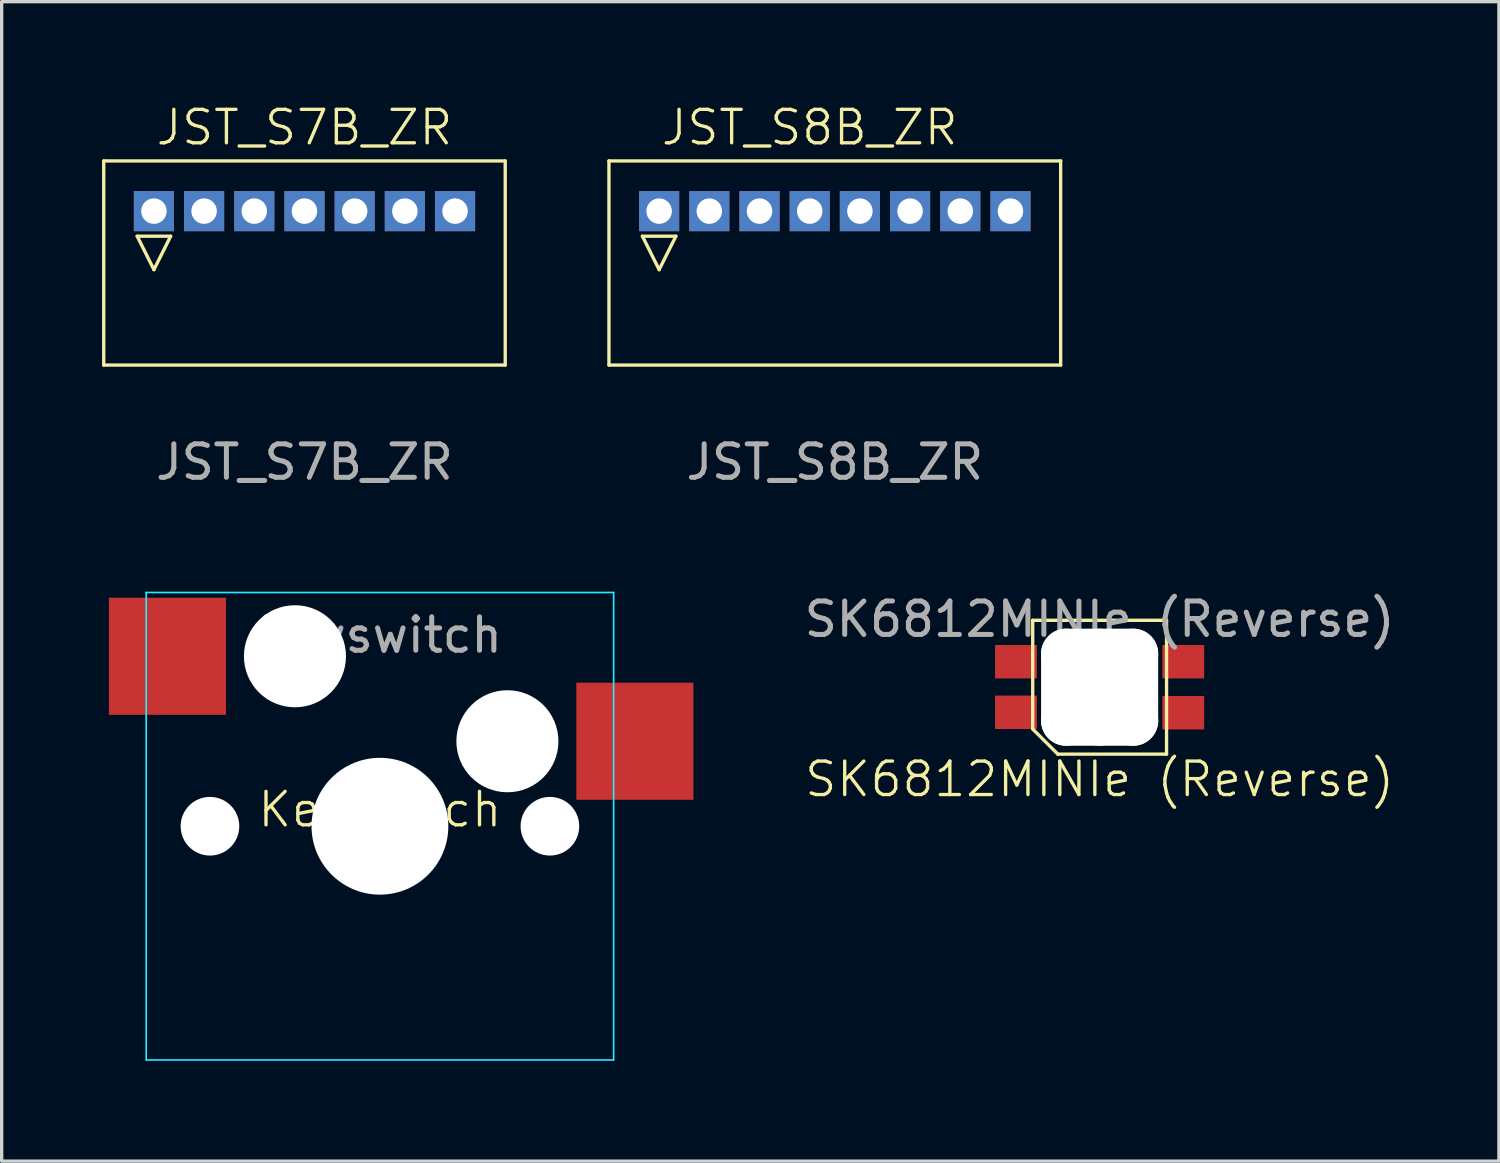
<source format=kicad_pcb>
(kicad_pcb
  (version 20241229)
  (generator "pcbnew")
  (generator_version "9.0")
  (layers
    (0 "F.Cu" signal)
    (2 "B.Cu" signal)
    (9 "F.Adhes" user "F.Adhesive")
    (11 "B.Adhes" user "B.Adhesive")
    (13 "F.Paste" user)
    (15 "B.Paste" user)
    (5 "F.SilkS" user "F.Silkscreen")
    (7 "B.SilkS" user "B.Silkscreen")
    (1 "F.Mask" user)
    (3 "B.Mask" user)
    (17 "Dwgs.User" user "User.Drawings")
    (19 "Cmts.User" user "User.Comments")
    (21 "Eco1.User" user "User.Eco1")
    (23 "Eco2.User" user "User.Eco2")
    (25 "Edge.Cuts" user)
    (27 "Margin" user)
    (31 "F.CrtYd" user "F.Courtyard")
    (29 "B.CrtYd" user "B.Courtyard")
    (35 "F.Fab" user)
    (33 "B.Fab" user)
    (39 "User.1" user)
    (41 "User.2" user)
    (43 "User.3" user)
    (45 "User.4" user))
  (footprint "SK6812MINIe (Reverse)"
    (layer "F.Cu")
    (at 29.815 17.489)
    (property "Reference" "SK6812MINIe (Reverse)" (at 0 2.75 0) (unlocked yes) (layer "F.SilkS") (effects (font (size 1 1) (thickness 0.1))))
    (attr through_hole)
    (fp_line (start -2 -2) (end -2 1.25) (stroke (width 0.1) (type default)) (layer "F.SilkS"))
    (fp_line (start -2 1.25) (end -1.25 2) (stroke (width 0.1) (type default)) (layer "F.SilkS"))
    (fp_line (start -1.25 2) (end 2 2) (stroke (width 0.1) (type default)) (layer "F.SilkS"))
    (fp_line (start 2 -2) (end -2 -2) (stroke (width 0.1) (type default)) (layer "F.SilkS"))
    (fp_line (start 2 2) (end 2 -2) (stroke (width 0.1) (type default)) (layer "F.SilkS"))
    (fp_rect (start 1.6 -1.4) (end -1.6 1.4) (stroke (width 0.1) (type solid)) (fill no) (layer "User.2"))
    (fp_rect (start 3 -1.4) (end -3 1.4) (stroke (width 0.1) (type default)) (fill no) (layer "User.2"))
    (fp_text user "${REFERENCE}" (at 0 -2.032 0) (unlocked yes) (layer "F.Fab") (effects (font (size 1 1) (thickness 0.15))))
    (pad "" np_thru_hole oval (at -1 0 90) (size 3.5 1.5) (drill oval 3.5 1.5) (layers "*.Cu" "*.Mask"))
    (pad "" np_thru_hole oval (at 0 -1 180) (size 3.5 1.5) (drill oval 3.5 1.5) (layers "*.Cu" "*.Mask"))
    (pad "" np_thru_hole oval (at 0 0 90) (size 3.5 1.5) (drill oval 3.5 1.5) (layers "*.Cu" "*.Mask"))
    (pad "" np_thru_hole oval (at 0 1 180) (size 3.5 1.5) (drill oval 3.5 1.5) (layers "*.Cu" "*.Mask"))
    (pad "" np_thru_hole oval (at 1 0 90) (size 3.5 1.5) (drill oval 3.5 1.5) (layers "*.Cu" "*.Mask"))
    (pad "1" smd rect (at 2.5 -0.762) (size 1.25 1) (layers "F.Cu" "F.Mask" "F.Paste"))
    (pad "2" smd rect (at 2.5 0.762) (size 1.25 1) (layers "F.Cu" "F.Mask" "F.Paste"))
    (pad "3" smd rect (at -2.5 0.75) (size 1.25 1) (layers "F.Cu" "F.Mask" "F.Paste"))
    (pad "4" smd rect (at -2.5 -0.762) (size 1.25 1) (layers "F.Cu" "F.Mask" "F.Paste")))
  (footprint "JST_S8B_ZR"
    (layer "F.Cu")
    (at 21.9 3.26)
    (property "Reference" "JST_S8B_ZR" (at -0.75 -2.5 0) (unlocked yes) (layer "F.SilkS") (effects (font (size 1 1) (thickness 0.1))))
    (attr through_hole)
    (fp_line (start -6.75 -1.5) (end -6.75 4.6) (stroke (width 0.1) (type default)) (layer "F.SilkS"))
    (fp_line (start -6.75 4.6) (end 6.75 4.6) (stroke (width 0.1) (type default)) (layer "F.SilkS"))
    (fp_line (start -5.75 0.75) (end -4.75 0.75) (stroke (width 0.1) (type default)) (layer "F.SilkS"))
    (fp_line (start -5.25 1.75) (end -5.75 0.75) (stroke (width 0.1) (type default)) (layer "F.SilkS"))
    (fp_line (start -4.75 0.75) (end -5.25 1.75) (stroke (width 0.1) (type default)) (layer "F.SilkS"))
    (fp_line (start 6.75 -1.5) (end -6.75 -1.5) (stroke (width 0.1) (type default)) (layer "F.SilkS"))
    (fp_line (start 6.75 -1.5) (end 6.75 4.6) (stroke (width 0.1) (type default)) (layer "F.SilkS"))
    (fp_text user "${REFERENCE}" (at 0 7.5 0) (unlocked yes) (layer "F.Fab") (effects (font (size 1 1) (thickness 0.15))))
    (pad "1" thru_hole rect (at -5.25 0) (size 1.2 1.2) (drill 0.762) (layers "*.Cu" "*.Mask"))
    (pad "2" thru_hole rect (at -3.75 0) (size 1.2 1.2) (drill 0.762) (layers "*.Cu" "*.Mask"))
    (pad "3" thru_hole rect (at -2.25 0) (size 1.2 1.2) (drill 0.762) (layers "*.Cu" "*.Mask"))
    (pad "4" thru_hole rect (at -0.75 0) (size 1.2 1.2) (drill 0.762) (layers "*.Cu" "*.Mask"))
    (pad "5" thru_hole rect (at 0.75 0) (size 1.2 1.2) (drill 0.762) (layers "*.Cu" "*.Mask"))
    (pad "6" thru_hole rect (at 2.25 0) (size 1.2 1.2) (drill 0.762) (layers "*.Cu" "*.Mask"))
    (pad "7" thru_hole rect (at 3.75 0) (size 1.2 1.2) (drill 0.762) (layers "*.Cu" "*.Mask"))
    (pad "8" thru_hole rect (at 5.25 0) (size 1.2 1.2) (drill 0.762) (layers "*.Cu" "*.Mask")))
  (footprint "JST_S7B_ZR"
    (layer "F.Cu")
    (at 6.05 3.26)
    (property "Reference" "JST_S7B_ZR" (at 0 -2.5 0) (unlocked yes) (layer "F.SilkS") (effects (font (size 1 1) (thickness 0.1))))
    (attr through_hole)
    (fp_line (start -6 -1.5) (end -6 4.6) (stroke (width 0.1) (type default)) (layer "F.SilkS"))
    (fp_line (start -6 4.6) (end 6 4.6) (stroke (width 0.1) (type default)) (layer "F.SilkS"))
    (fp_line (start -5 0.75) (end -4 0.75) (stroke (width 0.1) (type default)) (layer "F.SilkS"))
    (fp_line (start -4.5 1.75) (end -5 0.75) (stroke (width 0.1) (type default)) (layer "F.SilkS"))
    (fp_line (start -4 0.75) (end -4.5 1.75) (stroke (width 0.1) (type default)) (layer "F.SilkS"))
    (fp_line (start 6 -1.5) (end -6 -1.5) (stroke (width 0.1) (type default)) (layer "F.SilkS"))
    (fp_line (start 6 -1.5) (end 6 4.6) (stroke (width 0.1) (type default)) (layer "F.SilkS"))
    (fp_text user "${REFERENCE}" (at 0 7.5 0) (unlocked yes) (layer "F.Fab") (effects (font (size 1 1) (thickness 0.15))))
    (pad "1" thru_hole rect (at -4.5 0) (size 1.2 1.2) (drill 0.762) (layers "*.Cu" "*.Mask"))
    (pad "2" thru_hole rect (at -3 0) (size 1.2 1.2) (drill 0.762) (layers "*.Cu" "*.Mask"))
    (pad "3" thru_hole rect (at -1.5 0) (size 1.2 1.2) (drill 0.762) (layers "*.Cu" "*.Mask"))
    (pad "4" thru_hole rect (at 0 0) (size 1.2 1.2) (drill 0.762) (layers "*.Cu" "*.Mask"))
    (pad "5" thru_hole rect (at 1.5 0) (size 1.2 1.2) (drill 0.762) (layers "*.Cu" "*.Mask"))
    (pad "6" thru_hole rect (at 3 0) (size 1.2 1.2) (drill 0.762) (layers "*.Cu" "*.Mask"))
    (pad "7" thru_hole rect (at 4.5 0) (size 1.2 1.2) (drill 0.762) (layers "*.Cu" "*.Mask")))
  (footprint "Keyswitch"
    (layer "F.Cu")
    (at 8.305 21.644)
    (property "Reference" "Keyswitch" (at 0 -0.5 0) (unlocked yes) (layer "F.SilkS") (effects (font (size 1 1) (thickness 0.1))))
    (attr through_hole)
    (fp_line (start -6.985 -6.985) (end 6.985 -6.985) (stroke (width 0.05) (type default)) (layer "B.CrtYd"))
    (fp_line (start -6.985 6.985) (end -6.985 -6.985) (stroke (width 0.05) (type default)) (layer "B.CrtYd"))
    (fp_line (start 6.985 -6.985) (end 6.985 6.985) (stroke (width 0.05) (type default)) (layer "B.CrtYd"))
    (fp_line (start 6.985 6.985) (end -6.985 6.985) (stroke (width 0.05) (type default)) (layer "B.CrtYd"))
    (fp_line (start 3.81 5.08) (end -3.81 5.08) (stroke (width 0.1) (type default)) (layer "User.2"))
    (fp_rect (start -4.445 -6.985) (end -8.255 -3.175) (stroke (width 0.1) (type default)) (fill no) (layer "User.2"))
    (fp_rect (start 9.525 -4.445) (end 5.715 -0.635) (stroke (width 0.1) (type default)) (fill no) (layer "User.2"))
    (fp_text user "${REFERENCE}" (at 0 -5.715 0) (unlocked yes) (layer "F.Fab") (effects (font (size 1 1) (thickness 0.15))))
    (pad "" np_thru_hole circle (at -5.08 0) (size 1.753 1.753) (drill 1.753) (layers "*.Cu" "*.Mask"))
    (pad "" np_thru_hole circle (at -2.54 -5.08) (size 3.05 3.05) (drill 3.05) (layers "*.Cu" "*.Mask"))
    (pad "" np_thru_hole circle (at 0 0) (size 4.089 4.089) (drill 4.089) (layers "*.Cu" "*.Mask"))
    (pad "" np_thru_hole circle (at 3.81 -2.54) (size 3.05 3.05) (drill 3.05) (layers "*.Cu" "*.Mask"))
    (pad "" np_thru_hole circle (at 5.08 0) (size 1.753 1.753) (drill 1.753) (layers "*.Cu" "*.Mask"))
    (pad "1" smd rect (at -6.35 -5.08) (size 3.5 3.5) (layers "F.Cu" "F.Mask" "F.Paste"))
    (pad "2" smd rect (at 7.62 -2.54) (size 3.5 3.5) (layers "F.Cu" "F.Mask" "F.Paste")))
  (gr_rect
    (start -3 -3)
    (end 41.749 31.654)
    (stroke (width 0.1) (type default))
    (fill no)
    (layer "Edge.Cuts")))
</source>
